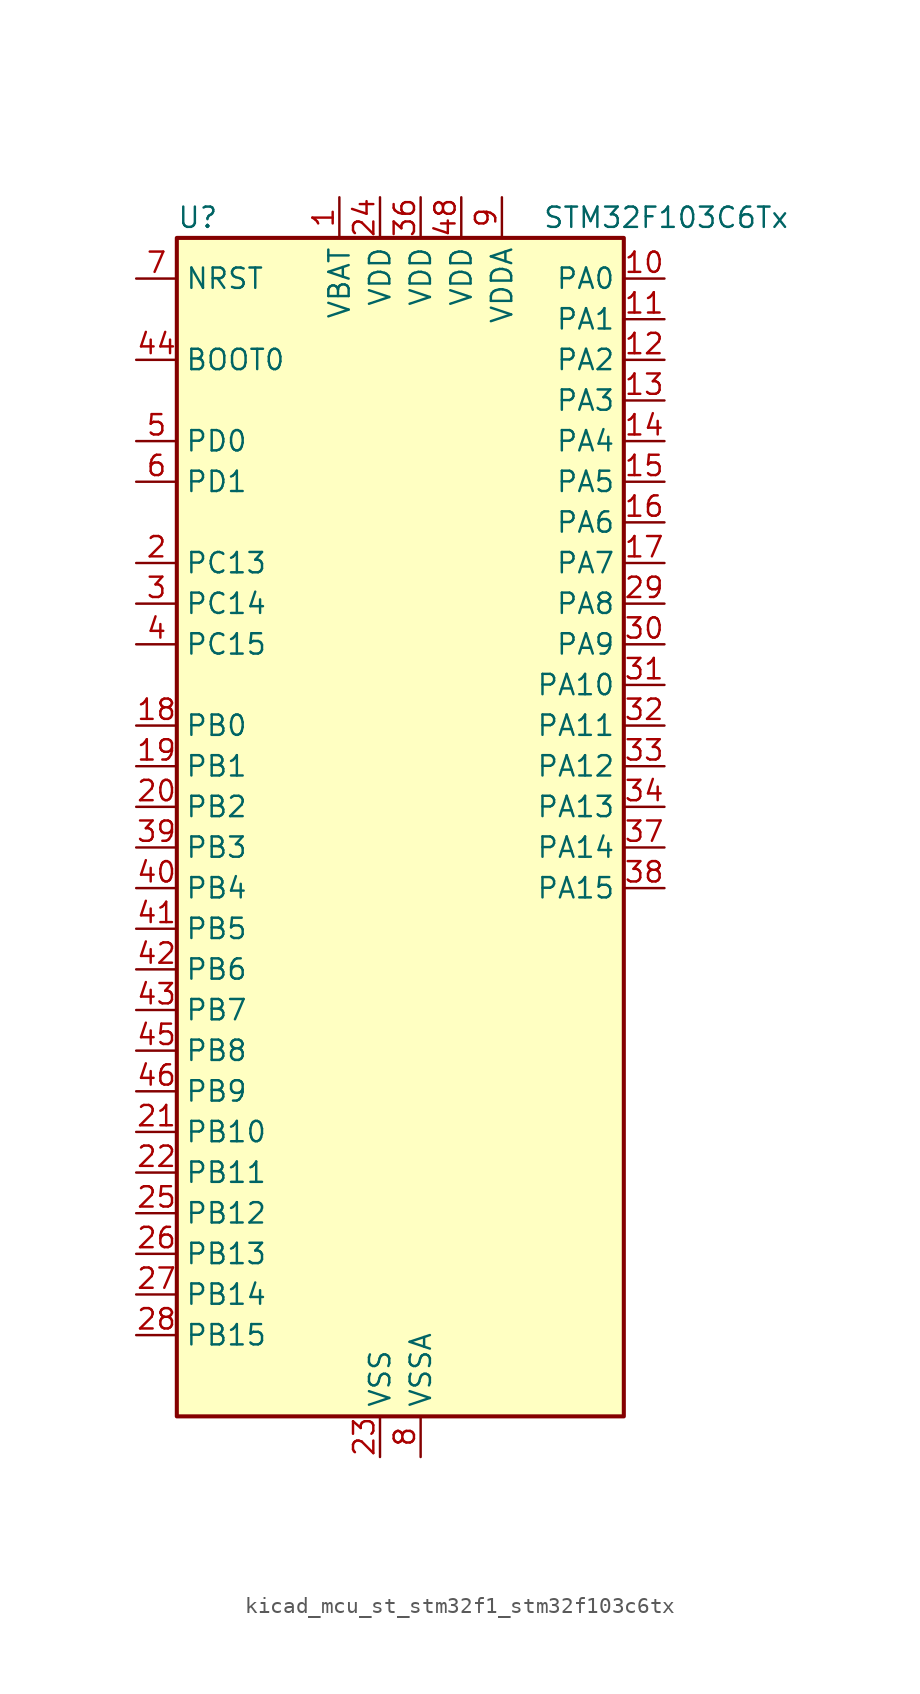
<source format=kicad_sym>
(kicad_symbol_lib
  (version 20220914)
  (generator kicad_symbol_editor)
  (symbol "kicad_mcu_st_stm32f1_stm32f103c6tx"
    (property "Reference" "U"
      (at -12.7 39.37 0)
      (effects (font (size 1.27 1.27)) (justify left)))
    (property "Value" "STM32F103C6Tx"
      (at 10.16 39.37 0)
      (effects (font (size 1.27 1.27)) (justify left)))
    (property "ki_locked" ""
      (at 0 0 0)
      (effects (font (size 1.27 1.27))))
    (symbol "kicad_mcu_st_stm32f1_stm32f103c6tx_0_1"
      (rectangle (start -12.7 -35.56) (end 15.24 38.1) (stroke (width 0.254) (type default)) (fill (type background))))
    (symbol "kicad_mcu_st_stm32f1_stm32f103c6tx_1_1"
      (pin power_in line (at -2.54 40.64 270) (length 2.54) (name "VBAT" (effects (font (size 1.27 1.27)))) (number "1" (effects (font (size 1.27 1.27)))))
      (pin bidirectional line (at 17.78 35.56 180) (length 2.54) (name "PA0" (effects (font (size 1.27 1.27)))) (number "10" (effects (font (size 1.27 1.27)))) (alternate "ADC1_IN0" bidirectional line) (alternate "ADC2_IN0" bidirectional line) (alternate "SYS_WKUP" bidirectional line) (alternate "TIM2_CH1" bidirectional line) (alternate "TIM2_ETR" bidirectional line) (alternate "USART2_CTS" bidirectional line))
      (pin bidirectional line (at 17.78 33.02 180) (length 2.54) (name "PA1" (effects (font (size 1.27 1.27)))) (number "11" (effects (font (size 1.27 1.27)))) (alternate "ADC1_IN1" bidirectional line) (alternate "ADC2_IN1" bidirectional line) (alternate "TIM2_CH2" bidirectional line) (alternate "USART2_RTS" bidirectional line))
      (pin bidirectional line (at 17.78 30.48 180) (length 2.54) (name "PA2" (effects (font (size 1.27 1.27)))) (number "12" (effects (font (size 1.27 1.27)))) (alternate "ADC1_IN2" bidirectional line) (alternate "ADC2_IN2" bidirectional line) (alternate "TIM2_CH3" bidirectional line) (alternate "USART2_TX" bidirectional line))
      (pin bidirectional line (at 17.78 27.94 180) (length 2.54) (name "PA3" (effects (font (size 1.27 1.27)))) (number "13" (effects (font (size 1.27 1.27)))) (alternate "ADC1_IN3" bidirectional line) (alternate "ADC2_IN3" bidirectional line) (alternate "TIM2_CH4" bidirectional line) (alternate "USART2_RX" bidirectional line))
      (pin bidirectional line (at 17.78 25.4 180) (length 2.54) (name "PA4" (effects (font (size 1.27 1.27)))) (number "14" (effects (font (size 1.27 1.27)))) (alternate "ADC1_IN4" bidirectional line) (alternate "ADC2_IN4" bidirectional line) (alternate "SPI1_NSS" bidirectional line) (alternate "USART2_CK" bidirectional line))
      (pin bidirectional line (at 17.78 22.86 180) (length 2.54) (name "PA5" (effects (font (size 1.27 1.27)))) (number "15" (effects (font (size 1.27 1.27)))) (alternate "ADC1_IN5" bidirectional line) (alternate "ADC2_IN5" bidirectional line) (alternate "SPI1_SCK" bidirectional line))
      (pin bidirectional line (at 17.78 20.32 180) (length 2.54) (name "PA6" (effects (font (size 1.27 1.27)))) (number "16" (effects (font (size 1.27 1.27)))) (alternate "ADC1_IN6" bidirectional line) (alternate "ADC2_IN6" bidirectional line) (alternate "SPI1_MISO" bidirectional line) (alternate "TIM1_BKIN" bidirectional line) (alternate "TIM3_CH1" bidirectional line))
      (pin bidirectional line (at 17.78 17.78 180) (length 2.54) (name "PA7" (effects (font (size 1.27 1.27)))) (number "17" (effects (font (size 1.27 1.27)))) (alternate "ADC1_IN7" bidirectional line) (alternate "ADC2_IN7" bidirectional line) (alternate "SPI1_MOSI" bidirectional line) (alternate "TIM1_CH1N" bidirectional line) (alternate "TIM3_CH2" bidirectional line))
      (pin bidirectional line (at -15.24 7.62 0) (length 2.54) (name "PB0" (effects (font (size 1.27 1.27)))) (number "18" (effects (font (size 1.27 1.27)))) (alternate "ADC1_IN8" bidirectional line) (alternate "ADC2_IN8" bidirectional line) (alternate "TIM1_CH2N" bidirectional line) (alternate "TIM3_CH3" bidirectional line))
      (pin bidirectional line (at -15.24 5.08 0) (length 2.54) (name "PB1" (effects (font (size 1.27 1.27)))) (number "19" (effects (font (size 1.27 1.27)))) (alternate "ADC1_IN9" bidirectional line) (alternate "ADC2_IN9" bidirectional line) (alternate "TIM1_CH3N" bidirectional line) (alternate "TIM3_CH4" bidirectional line))
      (pin bidirectional line (at -15.24 17.78 0) (length 2.54) (name "PC13" (effects (font (size 1.27 1.27)))) (number "2" (effects (font (size 1.27 1.27)))) (alternate "RTC_OUT" bidirectional line) (alternate "RTC_TAMPER" bidirectional line))
      (pin bidirectional line (at -15.24 2.54 0) (length 2.54) (name "PB2" (effects (font (size 1.27 1.27)))) (number "20" (effects (font (size 1.27 1.27)))))
      (pin bidirectional line (at -15.24 -17.78 0) (length 2.54) (name "PB10" (effects (font (size 1.27 1.27)))) (number "21" (effects (font (size 1.27 1.27)))) (alternate "TIM2_CH3" bidirectional line))
      (pin bidirectional line (at -15.24 -20.32 0) (length 2.54) (name "PB11" (effects (font (size 1.27 1.27)))) (number "22" (effects (font (size 1.27 1.27)))) (alternate "ADC1_EXTI11" bidirectional line) (alternate "ADC2_EXTI11" bidirectional line) (alternate "TIM2_CH4" bidirectional line))
      (pin power_in line (at 0 -38.1 90) (length 2.54) (name "VSS" (effects (font (size 1.27 1.27)))) (number "23" (effects (font (size 1.27 1.27)))))
      (pin power_in line (at 0 40.64 270) (length 2.54) (name "VDD" (effects (font (size 1.27 1.27)))) (number "24" (effects (font (size 1.27 1.27)))))
      (pin bidirectional line (at -15.24 -22.86 0) (length 2.54) (name "PB12" (effects (font (size 1.27 1.27)))) (number "25" (effects (font (size 1.27 1.27)))) (alternate "TIM1_BKIN" bidirectional line))
      (pin bidirectional line (at -15.24 -25.4 0) (length 2.54) (name "PB13" (effects (font (size 1.27 1.27)))) (number "26" (effects (font (size 1.27 1.27)))) (alternate "TIM1_CH1N" bidirectional line))
      (pin bidirectional line (at -15.24 -27.94 0) (length 2.54) (name "PB14" (effects (font (size 1.27 1.27)))) (number "27" (effects (font (size 1.27 1.27)))) (alternate "TIM1_CH2N" bidirectional line))
      (pin bidirectional line (at -15.24 -30.48 0) (length 2.54) (name "PB15" (effects (font (size 1.27 1.27)))) (number "28" (effects (font (size 1.27 1.27)))) (alternate "ADC1_EXTI15" bidirectional line) (alternate "ADC2_EXTI15" bidirectional line) (alternate "TIM1_CH3N" bidirectional line))
      (pin bidirectional line (at 17.78 15.24 180) (length 2.54) (name "PA8" (effects (font (size 1.27 1.27)))) (number "29" (effects (font (size 1.27 1.27)))) (alternate "RCC_MCO" bidirectional line) (alternate "TIM1_CH1" bidirectional line) (alternate "USART1_CK" bidirectional line))
      (pin bidirectional line (at -15.24 15.24 0) (length 2.54) (name "PC14" (effects (font (size 1.27 1.27)))) (number "3" (effects (font (size 1.27 1.27)))) (alternate "RCC_OSC32_IN" bidirectional line))
      (pin bidirectional line (at 17.78 12.7 180) (length 2.54) (name "PA9" (effects (font (size 1.27 1.27)))) (number "30" (effects (font (size 1.27 1.27)))) (alternate "TIM1_CH2" bidirectional line) (alternate "USART1_TX" bidirectional line))
      (pin bidirectional line (at 17.78 10.16 180) (length 2.54) (name "PA10" (effects (font (size 1.27 1.27)))) (number "31" (effects (font (size 1.27 1.27)))) (alternate "TIM1_CH3" bidirectional line) (alternate "USART1_RX" bidirectional line))
      (pin bidirectional line (at 17.78 7.62 180) (length 2.54) (name "PA11" (effects (font (size 1.27 1.27)))) (number "32" (effects (font (size 1.27 1.27)))) (alternate "ADC1_EXTI11" bidirectional line) (alternate "ADC2_EXTI11" bidirectional line) (alternate "CAN_RX" bidirectional line) (alternate "TIM1_CH4" bidirectional line) (alternate "USART1_CTS" bidirectional line) (alternate "USB_DM" bidirectional line))
      (pin bidirectional line (at 17.78 5.08 180) (length 2.54) (name "PA12" (effects (font (size 1.27 1.27)))) (number "33" (effects (font (size 1.27 1.27)))) (alternate "CAN_TX" bidirectional line) (alternate "TIM1_ETR" bidirectional line) (alternate "USART1_RTS" bidirectional line) (alternate "USB_DP" bidirectional line))
      (pin bidirectional line (at 17.78 2.54 180) (length 2.54) (name "PA13" (effects (font (size 1.27 1.27)))) (number "34" (effects (font (size 1.27 1.27)))) (alternate "SYS_JTMS-SWDIO" bidirectional line))
      (pin passive line (at 0 -38.1 90) (length 2.54) hide (name "VSS" (effects (font (size 1.27 1.27)))) (number "35" (effects (font (size 1.27 1.27)))))
      (pin power_in line (at 2.54 40.64 270) (length 2.54) (name "VDD" (effects (font (size 1.27 1.27)))) (number "36" (effects (font (size 1.27 1.27)))))
      (pin bidirectional line (at 17.78 0 180) (length 2.54) (name "PA14" (effects (font (size 1.27 1.27)))) (number "37" (effects (font (size 1.27 1.27)))) (alternate "SYS_JTCK-SWCLK" bidirectional line))
      (pin bidirectional line (at 17.78 -2.54 180) (length 2.54) (name "PA15" (effects (font (size 1.27 1.27)))) (number "38" (effects (font (size 1.27 1.27)))) (alternate "ADC1_EXTI15" bidirectional line) (alternate "ADC2_EXTI15" bidirectional line) (alternate "SPI1_NSS" bidirectional line) (alternate "SYS_JTDI" bidirectional line) (alternate "TIM2_CH1" bidirectional line) (alternate "TIM2_ETR" bidirectional line))
      (pin bidirectional line (at -15.24 0 0) (length 2.54) (name "PB3" (effects (font (size 1.27 1.27)))) (number "39" (effects (font (size 1.27 1.27)))) (alternate "SPI1_SCK" bidirectional line) (alternate "SYS_JTDO-TRACESWO" bidirectional line) (alternate "TIM2_CH2" bidirectional line))
      (pin bidirectional line (at -15.24 12.7 0) (length 2.54) (name "PC15" (effects (font (size 1.27 1.27)))) (number "4" (effects (font (size 1.27 1.27)))) (alternate "ADC1_EXTI15" bidirectional line) (alternate "ADC2_EXTI15" bidirectional line) (alternate "RCC_OSC32_OUT" bidirectional line))
      (pin bidirectional line (at -15.24 -2.54 0) (length 2.54) (name "PB4" (effects (font (size 1.27 1.27)))) (number "40" (effects (font (size 1.27 1.27)))) (alternate "SPI1_MISO" bidirectional line) (alternate "SYS_NJTRST" bidirectional line) (alternate "TIM3_CH1" bidirectional line))
      (pin bidirectional line (at -15.24 -5.08 0) (length 2.54) (name "PB5" (effects (font (size 1.27 1.27)))) (number "41" (effects (font (size 1.27 1.27)))) (alternate "I2C1_SMBA" bidirectional line) (alternate "SPI1_MOSI" bidirectional line) (alternate "TIM3_CH2" bidirectional line))
      (pin bidirectional line (at -15.24 -7.62 0) (length 2.54) (name "PB6" (effects (font (size 1.27 1.27)))) (number "42" (effects (font (size 1.27 1.27)))) (alternate "I2C1_SCL" bidirectional line) (alternate "USART1_TX" bidirectional line))
      (pin bidirectional line (at -15.24 -10.16 0) (length 2.54) (name "PB7" (effects (font (size 1.27 1.27)))) (number "43" (effects (font (size 1.27 1.27)))) (alternate "I2C1_SDA" bidirectional line) (alternate "USART1_RX" bidirectional line))
      (pin input line (at -15.24 30.48 0) (length 2.54) (name "BOOT0" (effects (font (size 1.27 1.27)))) (number "44" (effects (font (size 1.27 1.27)))))
      (pin bidirectional line (at -15.24 -12.7 0) (length 2.54) (name "PB8" (effects (font (size 1.27 1.27)))) (number "45" (effects (font (size 1.27 1.27)))) (alternate "CAN_RX" bidirectional line) (alternate "I2C1_SCL" bidirectional line))
      (pin bidirectional line (at -15.24 -15.24 0) (length 2.54) (name "PB9" (effects (font (size 1.27 1.27)))) (number "46" (effects (font (size 1.27 1.27)))) (alternate "CAN_TX" bidirectional line) (alternate "I2C1_SDA" bidirectional line))
      (pin passive line (at 0 -38.1 90) (length 2.54) hide (name "VSS" (effects (font (size 1.27 1.27)))) (number "47" (effects (font (size 1.27 1.27)))))
      (pin power_in line (at 5.08 40.64 270) (length 2.54) (name "VDD" (effects (font (size 1.27 1.27)))) (number "48" (effects (font (size 1.27 1.27)))))
      (pin bidirectional line (at -15.24 25.4 0) (length 2.54) (name "PD0" (effects (font (size 1.27 1.27)))) (number "5" (effects (font (size 1.27 1.27)))) (alternate "RCC_OSC_IN" bidirectional line))
      (pin bidirectional line (at -15.24 22.86 0) (length 2.54) (name "PD1" (effects (font (size 1.27 1.27)))) (number "6" (effects (font (size 1.27 1.27)))) (alternate "RCC_OSC_OUT" bidirectional line))
      (pin input line (at -15.24 35.56 0) (length 2.54) (name "NRST" (effects (font (size 1.27 1.27)))) (number "7" (effects (font (size 1.27 1.27)))))
      (pin power_in line (at 2.54 -38.1 90) (length 2.54) (name "VSSA" (effects (font (size 1.27 1.27)))) (number "8" (effects (font (size 1.27 1.27)))))
      (pin power_in line (at 7.62 40.64 270) (length 2.54) (name "VDDA" (effects (font (size 1.27 1.27)))) (number "9" (effects (font (size 1.27 1.27))))))))
</source>
